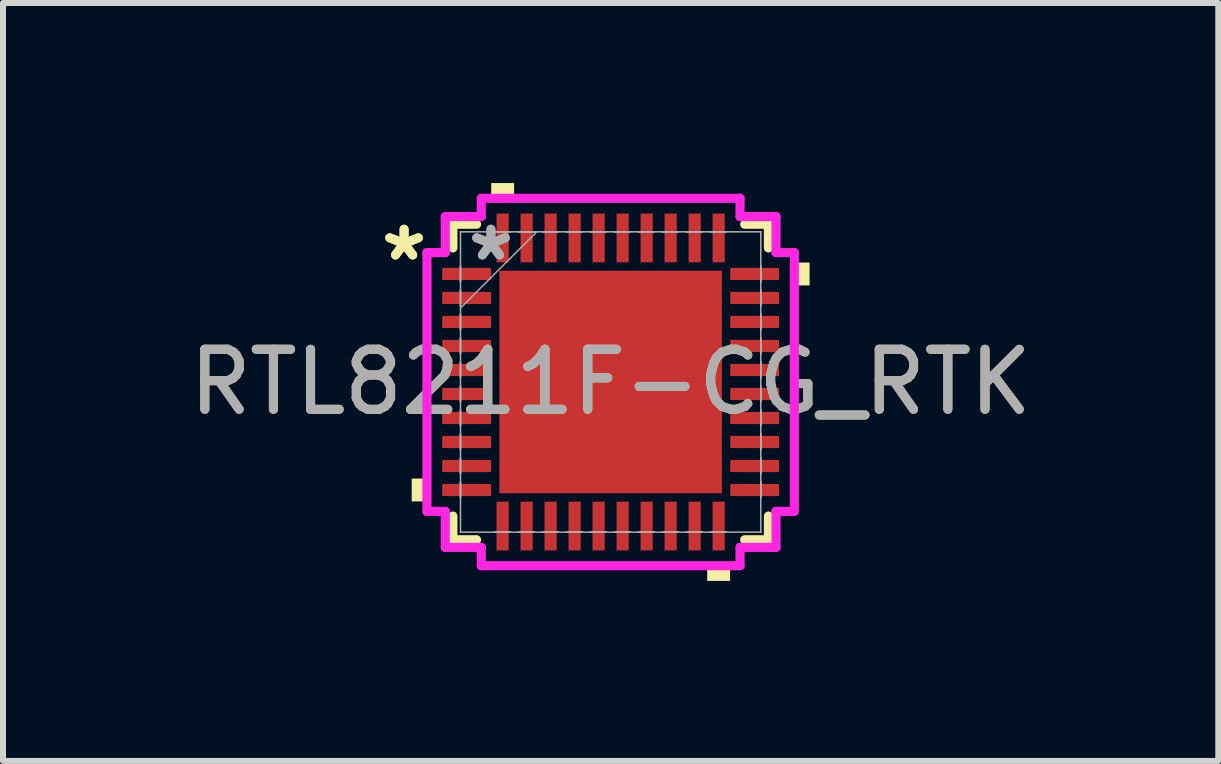
<source format=kicad_pcb>
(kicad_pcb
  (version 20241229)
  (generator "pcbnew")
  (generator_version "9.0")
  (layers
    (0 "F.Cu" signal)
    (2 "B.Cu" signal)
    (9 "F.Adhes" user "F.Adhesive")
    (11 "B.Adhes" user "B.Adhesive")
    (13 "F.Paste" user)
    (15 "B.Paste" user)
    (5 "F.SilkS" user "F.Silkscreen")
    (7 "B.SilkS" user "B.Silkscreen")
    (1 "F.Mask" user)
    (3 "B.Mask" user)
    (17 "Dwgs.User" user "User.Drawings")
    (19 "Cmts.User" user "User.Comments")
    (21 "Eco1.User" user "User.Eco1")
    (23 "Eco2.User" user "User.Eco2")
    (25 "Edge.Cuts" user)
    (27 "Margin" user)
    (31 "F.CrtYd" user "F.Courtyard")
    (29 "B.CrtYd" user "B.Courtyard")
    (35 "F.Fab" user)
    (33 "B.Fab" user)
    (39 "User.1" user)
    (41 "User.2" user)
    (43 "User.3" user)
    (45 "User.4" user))
  (footprint "RTL8211F-CG_RTK"
    (layer "F.Cu")
    (at 7.125 3.315)
    (property "Reference" "RTL8211F-CG_RTK" (at 0 0 0) (unlocked yes) (layer "F.SilkS") (effects (font (size 1 1) (thickness 0.15))))
    (attr smd)
    (fp_line (start -2.629 -2.629) (end -2.629 -2.234) (stroke (width 0.152) (type solid)) (layer "F.SilkS"))
    (fp_line (start -2.629 2.234) (end -2.629 2.629) (stroke (width 0.152) (type solid)) (layer "F.SilkS"))
    (fp_line (start -2.629 2.629) (end -2.234 2.629) (stroke (width 0.152) (type solid)) (layer "F.SilkS"))
    (fp_line (start -2.234 -2.629) (end -2.629 -2.629) (stroke (width 0.152) (type solid)) (layer "F.SilkS"))
    (fp_line (start 2.234 2.629) (end 2.629 2.629) (stroke (width 0.152) (type solid)) (layer "F.SilkS"))
    (fp_line (start 2.629 -2.629) (end 2.234 -2.629) (stroke (width 0.152) (type solid)) (layer "F.SilkS"))
    (fp_line (start 2.629 -2.234) (end 2.629 -2.629) (stroke (width 0.152) (type solid)) (layer "F.SilkS"))
    (fp_line (start 2.629 2.629) (end 2.629 2.234) (stroke (width 0.152) (type solid)) (layer "F.SilkS"))
    (fp_poly (pts (xy -3.315 1.609) (xy -3.315 1.99) (xy -3.061 1.99) (xy -3.061 1.609)) (stroke (width 0) (type solid)) (fill yes) (layer "F.SilkS"))
    (fp_poly (pts (xy -1.99 -3.061) (xy -1.99 -3.315) (xy -1.609 -3.315) (xy -1.609 -3.061)) (stroke (width 0) (type solid)) (fill yes) (layer "F.SilkS"))
    (fp_poly (pts (xy 1.609 3.061) (xy 1.609 3.315) (xy 1.99 3.315) (xy 1.99 3.061)) (stroke (width 0) (type solid)) (fill yes) (layer "F.SilkS"))
    (fp_poly (pts (xy 3.315 -1.99) (xy 3.315 -1.609) (xy 3.061 -1.609) (xy 3.061 -1.99)) (stroke (width 0) (type solid)) (fill yes) (layer "F.SilkS"))
    (fp_poly (pts (xy -1.754 -1.754) (xy -1.754 -0.1) (xy -0.1 -0.1) (xy -0.1 -1.754)) (stroke (width 0) (type solid)) (fill yes) (layer "F.Paste"))
    (fp_poly (pts (xy -1.754 0.1) (xy -1.754 1.754) (xy -0.1 1.754) (xy -0.1 0.1)) (stroke (width 0) (type solid)) (fill yes) (layer "F.Paste"))
    (fp_poly (pts (xy 0.1 -1.754) (xy 0.1 -0.1) (xy 1.754 -0.1) (xy 1.754 -1.754)) (stroke (width 0) (type solid)) (fill yes) (layer "F.Paste"))
    (fp_poly (pts (xy 0.1 0.1) (xy 0.1 1.754) (xy 1.754 1.754) (xy 1.754 0.1)) (stroke (width 0) (type solid)) (fill yes) (layer "F.Paste"))
    (fp_line (start -3.061 -2.156) (end -2.756 -2.156) (stroke (width 0.152) (type solid)) (layer "F.CrtYd"))
    (fp_line (start -3.061 2.156) (end -3.061 -2.156) (stroke (width 0.152) (type solid)) (layer "F.CrtYd"))
    (fp_line (start -2.756 -2.756) (end -2.156 -2.756) (stroke (width 0.152) (type solid)) (layer "F.CrtYd"))
    (fp_line (start -2.756 -2.156) (end -2.756 -2.756) (stroke (width 0.152) (type solid)) (layer "F.CrtYd"))
    (fp_line (start -2.756 2.156) (end -3.061 2.156) (stroke (width 0.152) (type solid)) (layer "F.CrtYd"))
    (fp_line (start -2.756 2.756) (end -2.756 2.156) (stroke (width 0.152) (type solid)) (layer "F.CrtYd"))
    (fp_line (start -2.156 -3.061) (end 2.156 -3.061) (stroke (width 0.152) (type solid)) (layer "F.CrtYd"))
    (fp_line (start -2.156 -2.756) (end -2.156 -3.061) (stroke (width 0.152) (type solid)) (layer "F.CrtYd"))
    (fp_line (start -2.156 2.756) (end -2.756 2.756) (stroke (width 0.152) (type solid)) (layer "F.CrtYd"))
    (fp_line (start -2.156 3.061) (end -2.156 2.756) (stroke (width 0.152) (type solid)) (layer "F.CrtYd"))
    (fp_line (start 2.156 -3.061) (end 2.156 -2.756) (stroke (width 0.152) (type solid)) (layer "F.CrtYd"))
    (fp_line (start 2.156 -2.756) (end 2.756 -2.756) (stroke (width 0.152) (type solid)) (layer "F.CrtYd"))
    (fp_line (start 2.156 2.756) (end 2.156 3.061) (stroke (width 0.152) (type solid)) (layer "F.CrtYd"))
    (fp_line (start 2.156 3.061) (end -2.156 3.061) (stroke (width 0.152) (type solid)) (layer "F.CrtYd"))
    (fp_line (start 2.756 -2.756) (end 2.756 -2.156) (stroke (width 0.152) (type solid)) (layer "F.CrtYd"))
    (fp_line (start 2.756 -2.156) (end 3.061 -2.156) (stroke (width 0.152) (type solid)) (layer "F.CrtYd"))
    (fp_line (start 2.756 2.156) (end 2.756 2.756) (stroke (width 0.152) (type solid)) (layer "F.CrtYd"))
    (fp_line (start 2.756 2.756) (end 2.156 2.756) (stroke (width 0.152) (type solid)) (layer "F.CrtYd"))
    (fp_line (start 3.061 -2.156) (end 3.061 2.156) (stroke (width 0.152) (type solid)) (layer "F.CrtYd"))
    (fp_line (start 3.061 2.156) (end 2.756 2.156) (stroke (width 0.152) (type solid)) (layer "F.CrtYd"))
    (fp_line (start -2.502 -2.502) (end -2.502 -2.502) (stroke (width 0.025) (type solid)) (layer "F.Fab"))
    (fp_line (start -2.502 -2.502) (end -2.502 2.502) (stroke (width 0.025) (type solid)) (layer "F.Fab"))
    (fp_line (start -2.502 -1.927) (end -2.502 -1.927) (stroke (width 0.025) (type solid)) (layer "F.Fab"))
    (fp_line (start -2.502 -1.927) (end -2.502 -1.673) (stroke (width 0.025) (type solid)) (layer "F.Fab"))
    (fp_line (start -2.502 -1.673) (end -2.502 -1.927) (stroke (width 0.025) (type solid)) (layer "F.Fab"))
    (fp_line (start -2.502 -1.673) (end -2.502 -1.673) (stroke (width 0.025) (type solid)) (layer "F.Fab"))
    (fp_line (start -2.502 -1.527) (end -2.502 -1.527) (stroke (width 0.025) (type solid)) (layer "F.Fab"))
    (fp_line (start -2.502 -1.527) (end -2.502 -1.273) (stroke (width 0.025) (type solid)) (layer "F.Fab"))
    (fp_line (start -2.502 -1.273) (end -2.502 -1.527) (stroke (width 0.025) (type solid)) (layer "F.Fab"))
    (fp_line (start -2.502 -1.273) (end -2.502 -1.273) (stroke (width 0.025) (type solid)) (layer "F.Fab"))
    (fp_line (start -2.502 -1.232) (end -1.232 -2.502) (stroke (width 0.025) (type solid)) (layer "F.Fab"))
    (fp_line (start -2.502 -1.127) (end -2.502 -1.127) (stroke (width 0.025) (type solid)) (layer "F.Fab"))
    (fp_line (start -2.502 -1.127) (end -2.502 -0.873) (stroke (width 0.025) (type solid)) (layer "F.Fab"))
    (fp_line (start -2.502 -0.873) (end -2.502 -1.127) (stroke (width 0.025) (type solid)) (layer "F.Fab"))
    (fp_line (start -2.502 -0.873) (end -2.502 -0.873) (stroke (width 0.025) (type solid)) (layer "F.Fab"))
    (fp_line (start -2.502 -0.727) (end -2.502 -0.727) (stroke (width 0.025) (type solid)) (layer "F.Fab"))
    (fp_line (start -2.502 -0.727) (end -2.502 -0.473) (stroke (width 0.025) (type solid)) (layer "F.Fab"))
    (fp_line (start -2.502 -0.473) (end -2.502 -0.727) (stroke (width 0.025) (type solid)) (layer "F.Fab"))
    (fp_line (start -2.502 -0.473) (end -2.502 -0.473) (stroke (width 0.025) (type solid)) (layer "F.Fab"))
    (fp_line (start -2.502 -0.327) (end -2.502 -0.327) (stroke (width 0.025) (type solid)) (layer "F.Fab"))
    (fp_line (start -2.502 -0.327) (end -2.502 -0.073) (stroke (width 0.025) (type solid)) (layer "F.Fab"))
    (fp_line (start -2.502 -0.073) (end -2.502 -0.327) (stroke (width 0.025) (type solid)) (layer "F.Fab"))
    (fp_line (start -2.502 -0.073) (end -2.502 -0.073) (stroke (width 0.025) (type solid)) (layer "F.Fab"))
    (fp_line (start -2.502 0.073) (end -2.502 0.073) (stroke (width 0.025) (type solid)) (layer "F.Fab"))
    (fp_line (start -2.502 0.073) (end -2.502 0.327) (stroke (width 0.025) (type solid)) (layer "F.Fab"))
    (fp_line (start -2.502 0.327) (end -2.502 0.073) (stroke (width 0.025) (type solid)) (layer "F.Fab"))
    (fp_line (start -2.502 0.327) (end -2.502 0.327) (stroke (width 0.025) (type solid)) (layer "F.Fab"))
    (fp_line (start -2.502 0.473) (end -2.502 0.473) (stroke (width 0.025) (type solid)) (layer "F.Fab"))
    (fp_line (start -2.502 0.473) (end -2.502 0.727) (stroke (width 0.025) (type solid)) (layer "F.Fab"))
    (fp_line (start -2.502 0.727) (end -2.502 0.473) (stroke (width 0.025) (type solid)) (layer "F.Fab"))
    (fp_line (start -2.502 0.727) (end -2.502 0.727) (stroke (width 0.025) (type solid)) (layer "F.Fab"))
    (fp_line (start -2.502 0.873) (end -2.502 0.873) (stroke (width 0.025) (type solid)) (layer "F.Fab"))
    (fp_line (start -2.502 0.873) (end -2.502 1.127) (stroke (width 0.025) (type solid)) (layer "F.Fab"))
    (fp_line (start -2.502 1.127) (end -2.502 0.873) (stroke (width 0.025) (type solid)) (layer "F.Fab"))
    (fp_line (start -2.502 1.127) (end -2.502 1.127) (stroke (width 0.025) (type solid)) (layer "F.Fab"))
    (fp_line (start -2.502 1.273) (end -2.502 1.273) (stroke (width 0.025) (type solid)) (layer "F.Fab"))
    (fp_line (start -2.502 1.273) (end -2.502 1.527) (stroke (width 0.025) (type solid)) (layer "F.Fab"))
    (fp_line (start -2.502 1.527) (end -2.502 1.273) (stroke (width 0.025) (type solid)) (layer "F.Fab"))
    (fp_line (start -2.502 1.527) (end -2.502 1.527) (stroke (width 0.025) (type solid)) (layer "F.Fab"))
    (fp_line (start -2.502 1.673) (end -2.502 1.673) (stroke (width 0.025) (type solid)) (layer "F.Fab"))
    (fp_line (start -2.502 1.673) (end -2.502 1.927) (stroke (width 0.025) (type solid)) (layer "F.Fab"))
    (fp_line (start -2.502 1.927) (end -2.502 1.673) (stroke (width 0.025) (type solid)) (layer "F.Fab"))
    (fp_line (start -2.502 1.927) (end -2.502 1.927) (stroke (width 0.025) (type solid)) (layer "F.Fab"))
    (fp_line (start -2.502 2.502) (end -2.502 2.502) (stroke (width 0.025) (type solid)) (layer "F.Fab"))
    (fp_line (start -2.502 2.502) (end 2.502 2.502) (stroke (width 0.025) (type solid)) (layer "F.Fab"))
    (fp_line (start -1.927 -2.502) (end -1.927 -2.502) (stroke (width 0.025) (type solid)) (layer "F.Fab"))
    (fp_line (start -1.927 -2.502) (end -1.673 -2.502) (stroke (width 0.025) (type solid)) (layer "F.Fab"))
    (fp_line (start -1.927 2.502) (end -1.927 2.502) (stroke (width 0.025) (type solid)) (layer "F.Fab"))
    (fp_line (start -1.927 2.502) (end -1.673 2.502) (stroke (width 0.025) (type solid)) (layer "F.Fab"))
    (fp_line (start -1.673 -2.502) (end -1.927 -2.502) (stroke (width 0.025) (type solid)) (layer "F.Fab"))
    (fp_line (start -1.673 -2.502) (end -1.673 -2.502) (stroke (width 0.025) (type solid)) (layer "F.Fab"))
    (fp_line (start -1.673 2.502) (end -1.927 2.502) (stroke (width 0.025) (type solid)) (layer "F.Fab"))
    (fp_line (start -1.673 2.502) (end -1.673 2.502) (stroke (width 0.025) (type solid)) (layer "F.Fab"))
    (fp_line (start -1.527 -2.502) (end -1.527 -2.502) (stroke (width 0.025) (type solid)) (layer "F.Fab"))
    (fp_line (start -1.527 -2.502) (end -1.273 -2.502) (stroke (width 0.025) (type solid)) (layer "F.Fab"))
    (fp_line (start -1.527 2.502) (end -1.527 2.502) (stroke (width 0.025) (type solid)) (layer "F.Fab"))
    (fp_line (start -1.527 2.502) (end -1.273 2.502) (stroke (width 0.025) (type solid)) (layer "F.Fab"))
    (fp_line (start -1.273 -2.502) (end -1.527 -2.502) (stroke (width 0.025) (type solid)) (layer "F.Fab"))
    (fp_line (start -1.273 -2.502) (end -1.273 -2.502) (stroke (width 0.025) (type solid)) (layer "F.Fab"))
    (fp_line (start -1.273 2.502) (end -1.527 2.502) (stroke (width 0.025) (type solid)) (layer "F.Fab"))
    (fp_line (start -1.273 2.502) (end -1.273 2.502) (stroke (width 0.025) (type solid)) (layer "F.Fab"))
    (fp_line (start -1.127 -2.502) (end -1.127 -2.502) (stroke (width 0.025) (type solid)) (layer "F.Fab"))
    (fp_line (start -1.127 -2.502) (end -0.873 -2.502) (stroke (width 0.025) (type solid)) (layer "F.Fab"))
    (fp_line (start -1.127 2.502) (end -1.127 2.502) (stroke (width 0.025) (type solid)) (layer "F.Fab"))
    (fp_line (start -1.127 2.502) (end -0.873 2.502) (stroke (width 0.025) (type solid)) (layer "F.Fab"))
    (fp_line (start -0.873 -2.502) (end -1.127 -2.502) (stroke (width 0.025) (type solid)) (layer "F.Fab"))
    (fp_line (start -0.873 -2.502) (end -0.873 -2.502) (stroke (width 0.025) (type solid)) (layer "F.Fab"))
    (fp_line (start -0.873 2.502) (end -1.127 2.502) (stroke (width 0.025) (type solid)) (layer "F.Fab"))
    (fp_line (start -0.873 2.502) (end -0.873 2.502) (stroke (width 0.025) (type solid)) (layer "F.Fab"))
    (fp_line (start -0.727 -2.502) (end -0.727 -2.502) (stroke (width 0.025) (type solid)) (layer "F.Fab"))
    (fp_line (start -0.727 -2.502) (end -0.473 -2.502) (stroke (width 0.025) (type solid)) (layer "F.Fab"))
    (fp_line (start -0.727 2.502) (end -0.727 2.502) (stroke (width 0.025) (type solid)) (layer "F.Fab"))
    (fp_line (start -0.727 2.502) (end -0.473 2.502) (stroke (width 0.025) (type solid)) (layer "F.Fab"))
    (fp_line (start -0.473 -2.502) (end -0.727 -2.502) (stroke (width 0.025) (type solid)) (layer "F.Fab"))
    (fp_line (start -0.473 -2.502) (end -0.473 -2.502) (stroke (width 0.025) (type solid)) (layer "F.Fab"))
    (fp_line (start -0.473 2.502) (end -0.727 2.502) (stroke (width 0.025) (type solid)) (layer "F.Fab"))
    (fp_line (start -0.473 2.502) (end -0.473 2.502) (stroke (width 0.025) (type solid)) (layer "F.Fab"))
    (fp_line (start -0.327 -2.502) (end -0.327 -2.502) (stroke (width 0.025) (type solid)) (layer "F.Fab"))
    (fp_line (start -0.327 -2.502) (end -0.073 -2.502) (stroke (width 0.025) (type solid)) (layer "F.Fab"))
    (fp_line (start -0.327 2.502) (end -0.327 2.502) (stroke (width 0.025) (type solid)) (layer "F.Fab"))
    (fp_line (start -0.327 2.502) (end -0.073 2.502) (stroke (width 0.025) (type solid)) (layer "F.Fab"))
    (fp_line (start -0.073 -2.502) (end -0.327 -2.502) (stroke (width 0.025) (type solid)) (layer "F.Fab"))
    (fp_line (start -0.073 -2.502) (end -0.073 -2.502) (stroke (width 0.025) (type solid)) (layer "F.Fab"))
    (fp_line (start -0.073 2.502) (end -0.327 2.502) (stroke (width 0.025) (type solid)) (layer "F.Fab"))
    (fp_line (start -0.073 2.502) (end -0.073 2.502) (stroke (width 0.025) (type solid)) (layer "F.Fab"))
    (fp_line (start 0.073 -2.502) (end 0.073 -2.502) (stroke (width 0.025) (type solid)) (layer "F.Fab"))
    (fp_line (start 0.073 -2.502) (end 0.327 -2.502) (stroke (width 0.025) (type solid)) (layer "F.Fab"))
    (fp_line (start 0.073 2.502) (end 0.073 2.502) (stroke (width 0.025) (type solid)) (layer "F.Fab"))
    (fp_line (start 0.073 2.502) (end 0.327 2.502) (stroke (width 0.025) (type solid)) (layer "F.Fab"))
    (fp_line (start 0.327 -2.502) (end 0.073 -2.502) (stroke (width 0.025) (type solid)) (layer "F.Fab"))
    (fp_line (start 0.327 -2.502) (end 0.327 -2.502) (stroke (width 0.025) (type solid)) (layer "F.Fab"))
    (fp_line (start 0.327 2.502) (end 0.073 2.502) (stroke (width 0.025) (type solid)) (layer "F.Fab"))
    (fp_line (start 0.327 2.502) (end 0.327 2.502) (stroke (width 0.025) (type solid)) (layer "F.Fab"))
    (fp_line (start 0.473 -2.502) (end 0.473 -2.502) (stroke (width 0.025) (type solid)) (layer "F.Fab"))
    (fp_line (start 0.473 -2.502) (end 0.727 -2.502) (stroke (width 0.025) (type solid)) (layer "F.Fab"))
    (fp_line (start 0.473 2.502) (end 0.473 2.502) (stroke (width 0.025) (type solid)) (layer "F.Fab"))
    (fp_line (start 0.473 2.502) (end 0.727 2.502) (stroke (width 0.025) (type solid)) (layer "F.Fab"))
    (fp_line (start 0.727 -2.502) (end 0.473 -2.502) (stroke (width 0.025) (type solid)) (layer "F.Fab"))
    (fp_line (start 0.727 -2.502) (end 0.727 -2.502) (stroke (width 0.025) (type solid)) (layer "F.Fab"))
    (fp_line (start 0.727 2.502) (end 0.473 2.502) (stroke (width 0.025) (type solid)) (layer "F.Fab"))
    (fp_line (start 0.727 2.502) (end 0.727 2.502) (stroke (width 0.025) (type solid)) (layer "F.Fab"))
    (fp_line (start 0.873 -2.502) (end 0.873 -2.502) (stroke (width 0.025) (type solid)) (layer "F.Fab"))
    (fp_line (start 0.873 -2.502) (end 1.127 -2.502) (stroke (width 0.025) (type solid)) (layer "F.Fab"))
    (fp_line (start 0.873 2.502) (end 0.873 2.502) (stroke (width 0.025) (type solid)) (layer "F.Fab"))
    (fp_line (start 0.873 2.502) (end 1.127 2.502) (stroke (width 0.025) (type solid)) (layer "F.Fab"))
    (fp_line (start 1.127 -2.502) (end 0.873 -2.502) (stroke (width 0.025) (type solid)) (layer "F.Fab"))
    (fp_line (start 1.127 -2.502) (end 1.127 -2.502) (stroke (width 0.025) (type solid)) (layer "F.Fab"))
    (fp_line (start 1.127 2.502) (end 0.873 2.502) (stroke (width 0.025) (type solid)) (layer "F.Fab"))
    (fp_line (start 1.127 2.502) (end 1.127 2.502) (stroke (width 0.025) (type solid)) (layer "F.Fab"))
    (fp_line (start 1.273 -2.502) (end 1.273 -2.502) (stroke (width 0.025) (type solid)) (layer "F.Fab"))
    (fp_line (start 1.273 -2.502) (end 1.527 -2.502) (stroke (width 0.025) (type solid)) (layer "F.Fab"))
    (fp_line (start 1.273 2.502) (end 1.273 2.502) (stroke (width 0.025) (type solid)) (layer "F.Fab"))
    (fp_line (start 1.273 2.502) (end 1.527 2.502) (stroke (width 0.025) (type solid)) (layer "F.Fab"))
    (fp_line (start 1.527 -2.502) (end 1.273 -2.502) (stroke (width 0.025) (type solid)) (layer "F.Fab"))
    (fp_line (start 1.527 -2.502) (end 1.527 -2.502) (stroke (width 0.025) (type solid)) (layer "F.Fab"))
    (fp_line (start 1.527 2.502) (end 1.273 2.502) (stroke (width 0.025) (type solid)) (layer "F.Fab"))
    (fp_line (start 1.527 2.502) (end 1.527 2.502) (stroke (width 0.025) (type solid)) (layer "F.Fab"))
    (fp_line (start 1.673 -2.502) (end 1.673 -2.502) (stroke (width 0.025) (type solid)) (layer "F.Fab"))
    (fp_line (start 1.673 -2.502) (end 1.927 -2.502) (stroke (width 0.025) (type solid)) (layer "F.Fab"))
    (fp_line (start 1.673 2.502) (end 1.673 2.502) (stroke (width 0.025) (type solid)) (layer "F.Fab"))
    (fp_line (start 1.673 2.502) (end 1.927 2.502) (stroke (width 0.025) (type solid)) (layer "F.Fab"))
    (fp_line (start 1.927 -2.502) (end 1.673 -2.502) (stroke (width 0.025) (type solid)) (layer "F.Fab"))
    (fp_line (start 1.927 -2.502) (end 1.927 -2.502) (stroke (width 0.025) (type solid)) (layer "F.Fab"))
    (fp_line (start 1.927 2.502) (end 1.673 2.502) (stroke (width 0.025) (type solid)) (layer "F.Fab"))
    (fp_line (start 1.927 2.502) (end 1.927 2.502) (stroke (width 0.025) (type solid)) (layer "F.Fab"))
    (fp_line (start 2.502 -2.502) (end -2.502 -2.502) (stroke (width 0.025) (type solid)) (layer "F.Fab"))
    (fp_line (start 2.502 -2.502) (end 2.502 -2.502) (stroke (width 0.025) (type solid)) (layer "F.Fab"))
    (fp_line (start 2.502 -1.927) (end 2.502 -1.927) (stroke (width 0.025) (type solid)) (layer "F.Fab"))
    (fp_line (start 2.502 -1.927) (end 2.502 -1.673) (stroke (width 0.025) (type solid)) (layer "F.Fab"))
    (fp_line (start 2.502 -1.673) (end 2.502 -1.927) (stroke (width 0.025) (type solid)) (layer "F.Fab"))
    (fp_line (start 2.502 -1.673) (end 2.502 -1.673) (stroke (width 0.025) (type solid)) (layer "F.Fab"))
    (fp_line (start 2.502 -1.527) (end 2.502 -1.527) (stroke (width 0.025) (type solid)) (layer "F.Fab"))
    (fp_line (start 2.502 -1.527) (end 2.502 -1.273) (stroke (width 0.025) (type solid)) (layer "F.Fab"))
    (fp_line (start 2.502 -1.273) (end 2.502 -1.527) (stroke (width 0.025) (type solid)) (layer "F.Fab"))
    (fp_line (start 2.502 -1.273) (end 2.502 -1.273) (stroke (width 0.025) (type solid)) (layer "F.Fab"))
    (fp_line (start 2.502 -1.127) (end 2.502 -1.127) (stroke (width 0.025) (type solid)) (layer "F.Fab"))
    (fp_line (start 2.502 -1.127) (end 2.502 -0.873) (stroke (width 0.025) (type solid)) (layer "F.Fab"))
    (fp_line (start 2.502 -0.873) (end 2.502 -1.127) (stroke (width 0.025) (type solid)) (layer "F.Fab"))
    (fp_line (start 2.502 -0.873) (end 2.502 -0.873) (stroke (width 0.025) (type solid)) (layer "F.Fab"))
    (fp_line (start 2.502 -0.727) (end 2.502 -0.727) (stroke (width 0.025) (type solid)) (layer "F.Fab"))
    (fp_line (start 2.502 -0.727) (end 2.502 -0.473) (stroke (width 0.025) (type solid)) (layer "F.Fab"))
    (fp_line (start 2.502 -0.473) (end 2.502 -0.727) (stroke (width 0.025) (type solid)) (layer "F.Fab"))
    (fp_line (start 2.502 -0.473) (end 2.502 -0.473) (stroke (width 0.025) (type solid)) (layer "F.Fab"))
    (fp_line (start 2.502 -0.327) (end 2.502 -0.327) (stroke (width 0.025) (type solid)) (layer "F.Fab"))
    (fp_line (start 2.502 -0.327) (end 2.502 -0.073) (stroke (width 0.025) (type solid)) (layer "F.Fab"))
    (fp_line (start 2.502 -0.073) (end 2.502 -0.327) (stroke (width 0.025) (type solid)) (layer "F.Fab"))
    (fp_line (start 2.502 -0.073) (end 2.502 -0.073) (stroke (width 0.025) (type solid)) (layer "F.Fab"))
    (fp_line (start 2.502 0.073) (end 2.502 0.073) (stroke (width 0.025) (type solid)) (layer "F.Fab"))
    (fp_line (start 2.502 0.073) (end 2.502 0.327) (stroke (width 0.025) (type solid)) (layer "F.Fab"))
    (fp_line (start 2.502 0.327) (end 2.502 0.073) (stroke (width 0.025) (type solid)) (layer "F.Fab"))
    (fp_line (start 2.502 0.327) (end 2.502 0.327) (stroke (width 0.025) (type solid)) (layer "F.Fab"))
    (fp_line (start 2.502 0.473) (end 2.502 0.473) (stroke (width 0.025) (type solid)) (layer "F.Fab"))
    (fp_line (start 2.502 0.473) (end 2.502 0.727) (stroke (width 0.025) (type solid)) (layer "F.Fab"))
    (fp_line (start 2.502 0.727) (end 2.502 0.473) (stroke (width 0.025) (type solid)) (layer "F.Fab"))
    (fp_line (start 2.502 0.727) (end 2.502 0.727) (stroke (width 0.025) (type solid)) (layer "F.Fab"))
    (fp_line (start 2.502 0.873) (end 2.502 0.873) (stroke (width 0.025) (type solid)) (layer "F.Fab"))
    (fp_line (start 2.502 0.873) (end 2.502 1.127) (stroke (width 0.025) (type solid)) (layer "F.Fab"))
    (fp_line (start 2.502 1.127) (end 2.502 0.873) (stroke (width 0.025) (type solid)) (layer "F.Fab"))
    (fp_line (start 2.502 1.127) (end 2.502 1.127) (stroke (width 0.025) (type solid)) (layer "F.Fab"))
    (fp_line (start 2.502 1.273) (end 2.502 1.273) (stroke (width 0.025) (type solid)) (layer "F.Fab"))
    (fp_line (start 2.502 1.273) (end 2.502 1.527) (stroke (width 0.025) (type solid)) (layer "F.Fab"))
    (fp_line (start 2.502 1.527) (end 2.502 1.273) (stroke (width 0.025) (type solid)) (layer "F.Fab"))
    (fp_line (start 2.502 1.527) (end 2.502 1.527) (stroke (width 0.025) (type solid)) (layer "F.Fab"))
    (fp_line (start 2.502 1.673) (end 2.502 1.673) (stroke (width 0.025) (type solid)) (layer "F.Fab"))
    (fp_line (start 2.502 1.673) (end 2.502 1.927) (stroke (width 0.025) (type solid)) (layer "F.Fab"))
    (fp_line (start 2.502 1.927) (end 2.502 1.673) (stroke (width 0.025) (type solid)) (layer "F.Fab"))
    (fp_line (start 2.502 1.927) (end 2.502 1.927) (stroke (width 0.025) (type solid)) (layer "F.Fab"))
    (fp_line (start 2.502 2.502) (end 2.502 -2.502) (stroke (width 0.025) (type solid)) (layer "F.Fab"))
    (fp_line (start 2.502 2.502) (end 2.502 2.502) (stroke (width 0.025) (type solid)) (layer "F.Fab"))
    (fp_text user "*" (at -3.442 -2 0) (unlocked yes) (layer "F.SilkS") (effects (font (size 1 1) (thickness 0.15))))
    (fp_text user "*" (at -3.442 -2 0) (layer "F.SilkS") (effects (font (size 1 1) (thickness 0.15))))
    (fp_text user "${REFERENCE}" (at 0 0 0) (unlocked yes) (layer "F.Fab") (effects (font (size 1 1) (thickness 0.15))))
    (fp_text user "*" (at -1.994 -2 0) (layer "F.Fab") (effects (font (size 1 1) (thickness 0.15))))
    (fp_text user "*" (at -1.994 -2 0) (unlocked yes) (layer "F.Fab") (effects (font (size 1 1) (thickness 0.15))))
    (pad "1" smd rect (at -2.4 -1.8 90) (size 0.203 0.813) (layers "F.Cu" "F.Mask" "F.Paste"))
    (pad "2" smd rect (at -2.4 -1.4 90) (size 0.203 0.813) (layers "F.Cu" "F.Mask" "F.Paste"))
    (pad "3" smd rect (at -2.4 -1 90) (size 0.203 0.813) (layers "F.Cu" "F.Mask" "F.Paste"))
    (pad "4" smd rect (at -2.4 -0.6 90) (size 0.203 0.813) (layers "F.Cu" "F.Mask" "F.Paste"))
    (pad "5" smd rect (at -2.4 -0.2 90) (size 0.203 0.813) (layers "F.Cu" "F.Mask" "F.Paste"))
    (pad "6" smd rect (at -2.4 0.2 90) (size 0.203 0.813) (layers "F.Cu" "F.Mask" "F.Paste"))
    (pad "7" smd rect (at -2.4 0.6 90) (size 0.203 0.813) (layers "F.Cu" "F.Mask" "F.Paste"))
    (pad "8" smd rect (at -2.4 1 90) (size 0.203 0.813) (layers "F.Cu" "F.Mask" "F.Paste"))
    (pad "9" smd rect (at -2.4 1.4 90) (size 0.203 0.813) (layers "F.Cu" "F.Mask" "F.Paste"))
    (pad "10" smd rect (at -2.4 1.8 90) (size 0.203 0.813) (layers "F.Cu" "F.Mask" "F.Paste"))
    (pad "11" smd rect (at -1.8 2.4) (size 0.203 0.813) (layers "F.Cu" "F.Mask" "F.Paste"))
    (pad "12" smd rect (at -1.4 2.4) (size 0.203 0.813) (layers "F.Cu" "F.Mask" "F.Paste"))
    (pad "13" smd rect (at -1 2.4) (size 0.203 0.813) (layers "F.Cu" "F.Mask" "F.Paste"))
    (pad "14" smd rect (at -0.6 2.4) (size 0.203 0.813) (layers "F.Cu" "F.Mask" "F.Paste"))
    (pad "15" smd rect (at -0.2 2.4) (size 0.203 0.813) (layers "F.Cu" "F.Mask" "F.Paste"))
    (pad "16" smd rect (at 0.2 2.4) (size 0.203 0.813) (layers "F.Cu" "F.Mask" "F.Paste"))
    (pad "17" smd rect (at 0.6 2.4) (size 0.203 0.813) (layers "F.Cu" "F.Mask" "F.Paste"))
    (pad "18" smd rect (at 1 2.4) (size 0.203 0.813) (layers "F.Cu" "F.Mask" "F.Paste"))
    (pad "19" smd rect (at 1.4 2.4) (size 0.203 0.813) (layers "F.Cu" "F.Mask" "F.Paste"))
    (pad "20" smd rect (at 1.8 2.4) (size 0.203 0.813) (layers "F.Cu" "F.Mask" "F.Paste"))
    (pad "21" smd rect (at 2.4 1.8 90) (size 0.203 0.813) (layers "F.Cu" "F.Mask" "F.Paste"))
    (pad "22" smd rect (at 2.4 1.4 90) (size 0.203 0.813) (layers "F.Cu" "F.Mask" "F.Paste"))
    (pad "23" smd rect (at 2.4 1 90) (size 0.203 0.813) (layers "F.Cu" "F.Mask" "F.Paste"))
    (pad "24" smd rect (at 2.4 0.6 90) (size 0.203 0.813) (layers "F.Cu" "F.Mask" "F.Paste"))
    (pad "25" smd rect (at 2.4 0.2 90) (size 0.203 0.813) (layers "F.Cu" "F.Mask" "F.Paste"))
    (pad "26" smd rect (at 2.4 -0.2 90) (size 0.203 0.813) (layers "F.Cu" "F.Mask" "F.Paste"))
    (pad "27" smd rect (at 2.4 -0.6 90) (size 0.203 0.813) (layers "F.Cu" "F.Mask" "F.Paste"))
    (pad "28" smd rect (at 2.4 -1 90) (size 0.203 0.813) (layers "F.Cu" "F.Mask" "F.Paste"))
    (pad "29" smd rect (at 2.4 -1.4 90) (size 0.203 0.813) (layers "F.Cu" "F.Mask" "F.Paste"))
    (pad "30" smd rect (at 2.4 -1.8 90) (size 0.203 0.813) (layers "F.Cu" "F.Mask" "F.Paste"))
    (pad "31" smd rect (at 1.8 -2.4) (size 0.203 0.813) (layers "F.Cu" "F.Mask" "F.Paste"))
    (pad "32" smd rect (at 1.4 -2.4) (size 0.203 0.813) (layers "F.Cu" "F.Mask" "F.Paste"))
    (pad "33" smd rect (at 1 -2.4) (size 0.203 0.813) (layers "F.Cu" "F.Mask" "F.Paste"))
    (pad "34" smd rect (at 0.6 -2.4) (size 0.203 0.813) (layers "F.Cu" "F.Mask" "F.Paste"))
    (pad "35" smd rect (at 0.2 -2.4) (size 0.203 0.813) (layers "F.Cu" "F.Mask" "F.Paste"))
    (pad "36" smd rect (at -0.2 -2.4) (size 0.203 0.813) (layers "F.Cu" "F.Mask" "F.Paste"))
    (pad "37" smd rect (at -0.6 -2.4) (size 0.203 0.813) (layers "F.Cu" "F.Mask" "F.Paste"))
    (pad "38" smd rect (at -1 -2.4) (size 0.203 0.813) (layers "F.Cu" "F.Mask" "F.Paste"))
    (pad "39" smd rect (at -1.4 -2.4) (size 0.203 0.813) (layers "F.Cu" "F.Mask" "F.Paste"))
    (pad "40" smd rect (at -1.8 -2.4) (size 0.203 0.813) (layers "F.Cu" "F.Mask" "F.Paste"))
    (pad "41" smd rect (at 0 0) (size 3.708 3.708) (layers "F.Cu" "F.Mask")))
  (gr_rect
    (start -3 -3)
    (end 17.25 9.629)
    (stroke (width 0.1) (type default))
    (fill no)
    (layer "Edge.Cuts")))
</source>
